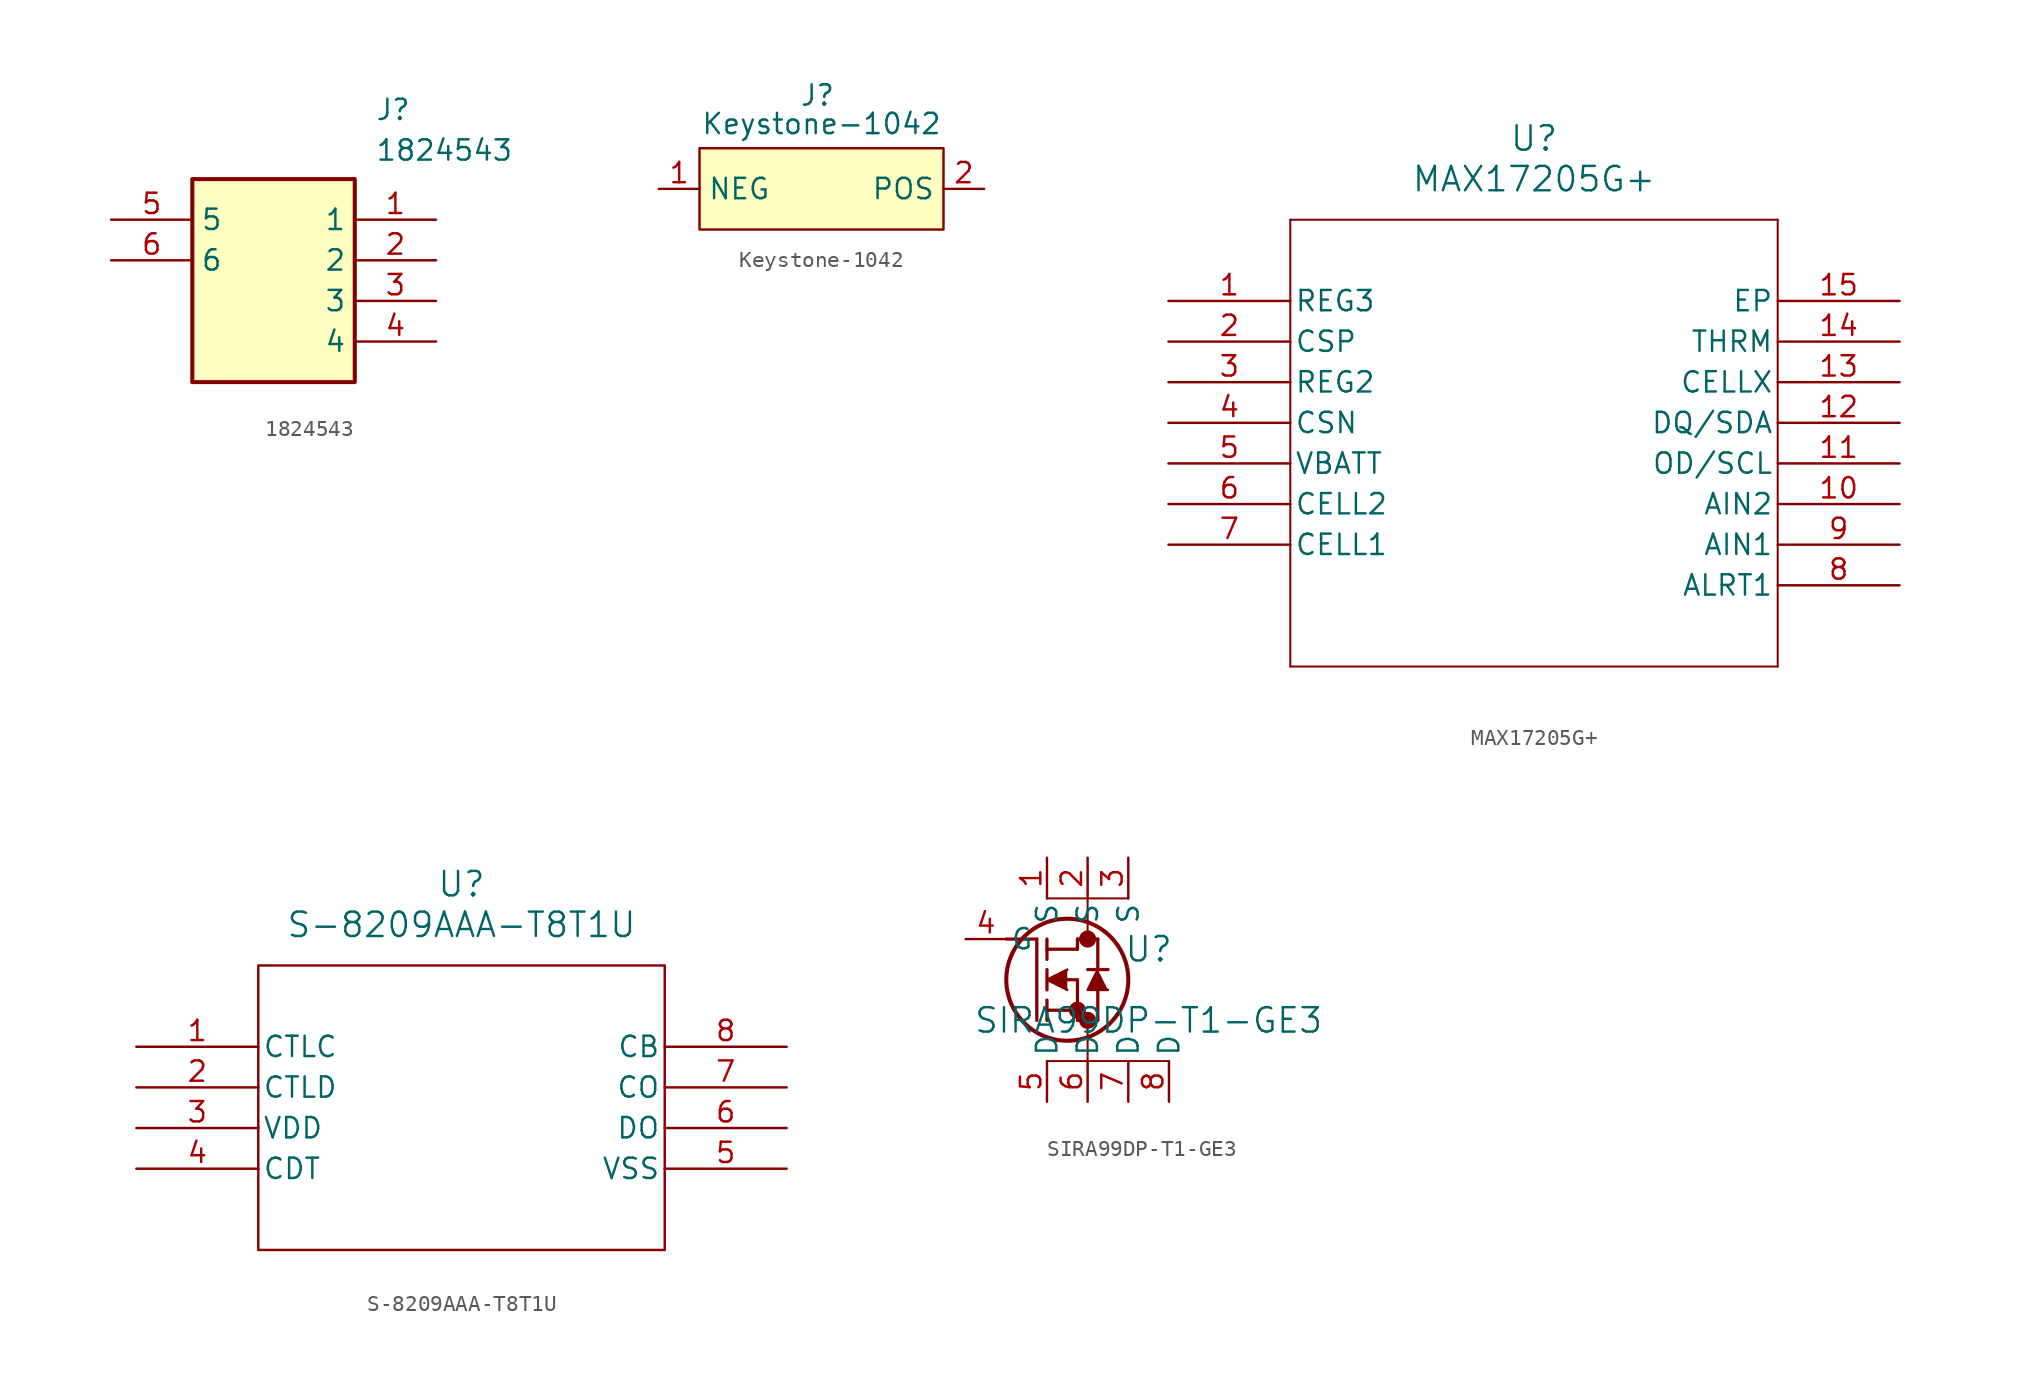
<source format=kicad_sym>
(kicad_symbol_lib
  (version 20231120)
  (generator "kicad_symbol_editor")
  (generator_version "8.0")
  (symbol "1824543"
    (property "Reference" "J"
      (at 16.51 7.62 0)
      (effects (font (size 1.27 1.27)) (justify left top)))
    (property "Value" "1824543"
      (at 16.51 5.08 0)
      (effects (font (size 1.27 1.27)) (justify left top)))
    (rectangle
      (start 5.08 2.54)
      (end 15.24 -10.16)
      (stroke (width 0.254) (type default))
      (fill (type background)))
    (pin passive line
      (at 20.32 0 180)
      (length 5.08)
      (name "1" (effects (font (size 1.27 1.27))))
      (number "1" (effects (font (size 1.27 1.27)))))
    (pin passive line
      (at 20.32 -2.54 180)
      (length 5.08)
      (name "2" (effects (font (size 1.27 1.27))))
      (number "2" (effects (font (size 1.27 1.27)))))
    (pin passive line
      (at 20.32 -5.08 180)
      (length 5.08)
      (name "3" (effects (font (size 1.27 1.27))))
      (number "3" (effects (font (size 1.27 1.27)))))
    (pin passive line
      (at 20.32 -7.62 180)
      (length 5.08)
      (name "4" (effects (font (size 1.27 1.27))))
      (number "4" (effects (font (size 1.27 1.27)))))
    (pin passive line
      (at 0 0 0)
      (length 5.08)
      (name "5" (effects (font (size 1.27 1.27))))
      (number "5" (effects (font (size 1.27 1.27)))))
    (pin passive line
      (at 0 -2.54 0)
      (length 5.08)
      (name "6" (effects (font (size 1.27 1.27))))
      (number "6" (effects (font (size 1.27 1.27))))))
  (symbol "Keystone-1042"
    (property "Reference" "J"
      (at -0.254 5.842 0)
      (effects (font (size 1.27 1.27))))
    (property "Value" "Keystone-1042"
      (at 0 4.064 0)
      (effects (font (size 1.27 1.27))))
    (symbol "Keystone-1042_1_1"
      (rectangle (start -7.62 2.54) (end 7.62 -2.54) (stroke (width 0) (type default)) (fill (type background)))
      (pin power_in line (at -10.16 0 0) (length 2.54) (name "NEG" (effects (font (size 1.27 1.27)))) (number "1" (effects (font (size 1.27 1.27)))))
      (pin power_out line (at 10.16 0 180) (length 2.54) (name "POS" (effects (font (size 1.27 1.27)))) (number "2" (effects (font (size 1.27 1.27)))))))
  (symbol "MAX17205G+"
    (pin_names
      (offset 0.254))
    (property "Reference" "U"
      (at 22.86 10.16 0)
      (effects (font (size 1.524 1.524))))
    (property "Value" "MAX17205G+"
      (at 22.86 7.62 0)
      (effects (font (size 1.524 1.524))))
    (property "ki_locked" ""
      (at 0 0 0)
      (effects (font (size 1.27 1.27))))
    (symbol "MAX17205G+_0_1"
      (polyline (pts (xy 7.62 -22.86) (xy 38.1 -22.86)) (stroke (width 0.127) (type default)) (fill (type none)))
      (polyline (pts (xy 7.62 5.08) (xy 7.62 -22.86)) (stroke (width 0.127) (type default)) (fill (type none)))
      (polyline (pts (xy 38.1 -22.86) (xy 38.1 5.08)) (stroke (width 0.127) (type default)) (fill (type none)))
      (polyline (pts (xy 38.1 5.08) (xy 7.62 5.08)) (stroke (width 0.127) (type default)) (fill (type none)))
      (pin bidirectional line (at 0 0 0) (length 7.62) (name "REG3" (effects (font (size 1.27 1.27)))) (number "1" (effects (font (size 1.27 1.27)))))
      (pin input line (at 45.72 -12.7 180) (length 7.62) (name "AIN2" (effects (font (size 1.27 1.27)))) (number "10" (effects (font (size 1.27 1.27)))))
      (pin unspecified line (at 45.72 -10.16 180) (length 7.62) (name "OD/SCL" (effects (font (size 1.27 1.27)))) (number "11" (effects (font (size 1.27 1.27)))))
      (pin unspecified line (at 45.72 -7.62 180) (length 7.62) (name "DQ/SDA" (effects (font (size 1.27 1.27)))) (number "12" (effects (font (size 1.27 1.27)))))
      (pin unspecified line (at 45.72 -5.08 180) (length 7.62) (name "CELLX" (effects (font (size 1.27 1.27)))) (number "13" (effects (font (size 1.27 1.27)))))
      (pin unspecified line (at 45.72 -2.54 180) (length 7.62) (name "THRM" (effects (font (size 1.27 1.27)))) (number "14" (effects (font (size 1.27 1.27)))))
      (pin unspecified line (at 45.72 0 180) (length 7.62) (name "EP" (effects (font (size 1.27 1.27)))) (number "15" (effects (font (size 1.27 1.27)))))
      (pin unspecified line (at 0 -2.54 0) (length 7.62) (name "CSP" (effects (font (size 1.27 1.27)))) (number "2" (effects (font (size 1.27 1.27)))))
      (pin bidirectional line (at 0 -5.08 0) (length 7.62) (name "REG2" (effects (font (size 1.27 1.27)))) (number "3" (effects (font (size 1.27 1.27)))))
      (pin unspecified line (at 0 -7.62 0) (length 7.62) (name "CSN" (effects (font (size 1.27 1.27)))) (number "4" (effects (font (size 1.27 1.27)))))
      (pin unspecified line (at 0 -10.16 0) (length 7.62) (name "VBATT" (effects (font (size 1.27 1.27)))) (number "5" (effects (font (size 1.27 1.27)))))
      (pin bidirectional line (at 0 -12.7 0) (length 7.62) (name "CELL2" (effects (font (size 1.27 1.27)))) (number "6" (effects (font (size 1.27 1.27)))))
      (pin bidirectional line (at 0 -15.24 0) (length 7.62) (name "CELL1" (effects (font (size 1.27 1.27)))) (number "7" (effects (font (size 1.27 1.27)))))
      (pin unspecified line (at 45.72 -17.78 180) (length 7.62) (name "ALRT1" (effects (font (size 1.27 1.27)))) (number "8" (effects (font (size 1.27 1.27)))))
      (pin input line (at 45.72 -15.24 180) (length 7.62) (name "AIN1" (effects (font (size 1.27 1.27)))) (number "9" (effects (font (size 1.27 1.27)))))))
  (symbol "S-8209AAA-T8T1U"
    (pin_names
      (offset 0.254))
    (property "Reference" "U"
      (at 20.32 10.16 0)
      (effects (font (size 1.524 1.524))))
    (property "Value" "S-8209AAA-T8T1U"
      (at 20.32 7.62 0)
      (effects (font (size 1.524 1.524))))
    (property "ki_locked" ""
      (at 0 0 0)
      (effects (font (size 1.27 1.27))))
    (symbol "S-8209AAA-T8T1U_0_1"
      (polyline (pts (xy 33.02 -12.7) (xy 33.02 5.08) (xy 7.62 5.08) (xy 7.62 -12.7) (xy 33.02 -12.7)) (stroke (width 0) (type default)) (fill (type none)))
      (pin unspecified line (at 0 0 0) (length 7.62) (name "CTLC" (effects (font (size 1.27 1.27)))) (number "1" (effects (font (size 1.27 1.27)))))
      (pin unspecified line (at 0 -2.54 0) (length 7.62) (name "CTLD" (effects (font (size 1.27 1.27)))) (number "2" (effects (font (size 1.27 1.27)))))
      (pin power_in line (at 0 -5.08 0) (length 7.62) (name "VDD" (effects (font (size 1.27 1.27)))) (number "3" (effects (font (size 1.27 1.27)))))
      (pin unspecified line (at 0 -7.62 0) (length 7.62) (name "CDT" (effects (font (size 1.27 1.27)))) (number "4" (effects (font (size 1.27 1.27)))))
      (pin power_out line (at 40.64 -7.62 180) (length 7.62) (name "VSS" (effects (font (size 1.27 1.27)))) (number "5" (effects (font (size 1.27 1.27)))))
      (pin output line (at 40.64 -5.08 180) (length 7.62) (name "DO" (effects (font (size 1.27 1.27)))) (number "6" (effects (font (size 1.27 1.27)))))
      (pin output line (at 40.64 -2.54 180) (length 7.62) (name "CO" (effects (font (size 1.27 1.27)))) (number "7" (effects (font (size 1.27 1.27)))))
      (pin output line (at 40.64 0 180) (length 7.62) (name "CB" (effects (font (size 1.27 1.27)))) (number "8" (effects (font (size 1.27 1.27)))))))
  (symbol "SIRA99DP-T1-GE3"
    (pin_names
      (offset 0.254))
    (property "Reference" "U"
      (at 11.43 -0.635 0)
      (effects (font (size 1.524 1.524))))
    (property "Value" "SIRA99DP-T1-GE3"
      (at 11.43 -5.08 0)
      (effects (font (size 1.524 1.524))))
    (property "ki_locked" ""
      (at 0 0 0)
      (effects (font (size 1.27 1.27))))
    (symbol "SIRA99DP-T1-GE3_0_1"
      (polyline (pts (xy 2.54 0) (xy 4.445 0)) (stroke (width 0.203) (type default)) (fill (type none)))
      (polyline (pts (xy 4.445 -5.08) (xy 4.445 0)) (stroke (width 0.203) (type default)) (fill (type none)))
      (polyline (pts (xy 5.08 -7.62) (xy 12.7 -7.62)) (stroke (width 0.127) (type default)) (fill (type none)))
      (polyline (pts (xy 5.08 -5.08) (xy 5.08 -3.81)) (stroke (width 0.203) (type default)) (fill (type none)))
      (polyline (pts (xy 5.08 -4.445) (xy 6.985 -4.445)) (stroke (width 0.203) (type default)) (fill (type none)))
      (polyline (pts (xy 5.08 -3.175) (xy 5.08 -1.905)) (stroke (width 0.203) (type default)) (fill (type none)))
      (polyline (pts (xy 5.08 -1.27) (xy 5.08 0)) (stroke (width 0.203) (type default)) (fill (type none)))
      (polyline (pts (xy 5.08 -0.635) (xy 6.985 -0.635)) (stroke (width 0.203) (type default)) (fill (type none)))
      (polyline (pts (xy 5.08 2.54) (xy 10.16 2.54)) (stroke (width 0.127) (type default)) (fill (type none)))
      (polyline (pts (xy 6.35 -2.54) (xy 6.985 -2.54)) (stroke (width 0.203) (type default)) (fill (type none)))
      (polyline (pts (xy 6.985 -5.08) (xy 6.985 -2.54)) (stroke (width 0.203) (type default)) (fill (type none)))
      (polyline (pts (xy 6.985 -5.08) (xy 8.255 -5.08)) (stroke (width 0.203) (type default)) (fill (type none)))
      (polyline (pts (xy 6.985 -0.635) (xy 6.985 0)) (stroke (width 0.203) (type default)) (fill (type none)))
      (polyline (pts (xy 6.985 0) (xy 8.255 0)) (stroke (width 0.203) (type default)) (fill (type none)))
      (polyline (pts (xy 7.62 -7.62) (xy 7.62 -5.08)) (stroke (width 0.127) (type default)) (fill (type none)))
      (polyline (pts (xy 7.62 2.54) (xy 7.62 0)) (stroke (width 0.127) (type default)) (fill (type none)))
      (polyline (pts (xy 8.255 -5.08) (xy 8.255 -3.175)) (stroke (width 0.203) (type default)) (fill (type none)))
      (polyline (pts (xy 8.255 -1.905) (xy 8.255 0)) (stroke (width 0.203) (type default)) (fill (type none)))
      (polyline (pts (xy 8.89 -1.905) (xy 7.62 -1.905)) (stroke (width 0.203) (type default)) (fill (type none)))
      (polyline (pts (xy 6.35 -1.905) (xy 5.08 -2.54) (xy 6.35 -3.175)) (stroke (width 0) (type default)) (fill (type outline)))
      (polyline (pts (xy 8.89 -3.175) (xy 7.62 -3.175) (xy 8.255 -1.905)) (stroke (width 0) (type default)) (fill (type outline)))
      (circle (center 6.35 -2.54) (radius 3.81) (stroke (width 0.254) (type default)) (fill (type none)))
      (circle (center 6.985 -4.445) (radius 0.025) (stroke (width 0.508) (type default)) (fill (type none)))
      (circle (center 7.62 -5.08) (radius 0.025) (stroke (width 0.508) (type default)) (fill (type none)))
      (circle (center 7.62 0) (radius 0.025) (stroke (width 0.508) (type default)) (fill (type none)))
      (pin unspecified line (at 5.08 5.08 270) (length 2.54) (name "S" (effects (font (size 1.27 1.27)))) (number "1" (effects (font (size 1.27 1.27)))))
      (pin unspecified line (at 7.62 5.08 270) (length 2.54) (name "S" (effects (font (size 1.27 1.27)))) (number "2" (effects (font (size 1.27 1.27)))))
      (pin unspecified line (at 10.16 5.08 270) (length 2.54) (name "S" (effects (font (size 1.27 1.27)))) (number "3" (effects (font (size 1.27 1.27)))))
      (pin unspecified line (at 0 0 0) (length 2.54) (name "G" (effects (font (size 1.27 1.27)))) (number "4" (effects (font (size 1.27 1.27)))))
      (pin unspecified line (at 5.08 -10.16 90) (length 2.54) (name "D" (effects (font (size 1.27 1.27)))) (number "5" (effects (font (size 1.27 1.27)))))
      (pin unspecified line (at 7.62 -10.16 90) (length 2.54) (name "D" (effects (font (size 1.27 1.27)))) (number "6" (effects (font (size 1.27 1.27)))))
      (pin unspecified line (at 10.16 -10.16 90) (length 2.54) (name "D" (effects (font (size 1.27 1.27)))) (number "7" (effects (font (size 1.27 1.27)))))
      (pin unspecified line (at 12.7 -10.16 90) (length 2.54) (name "D" (effects (font (size 1.27 1.27)))) (number "8" (effects (font (size 1.27 1.27))))))))
</source>
